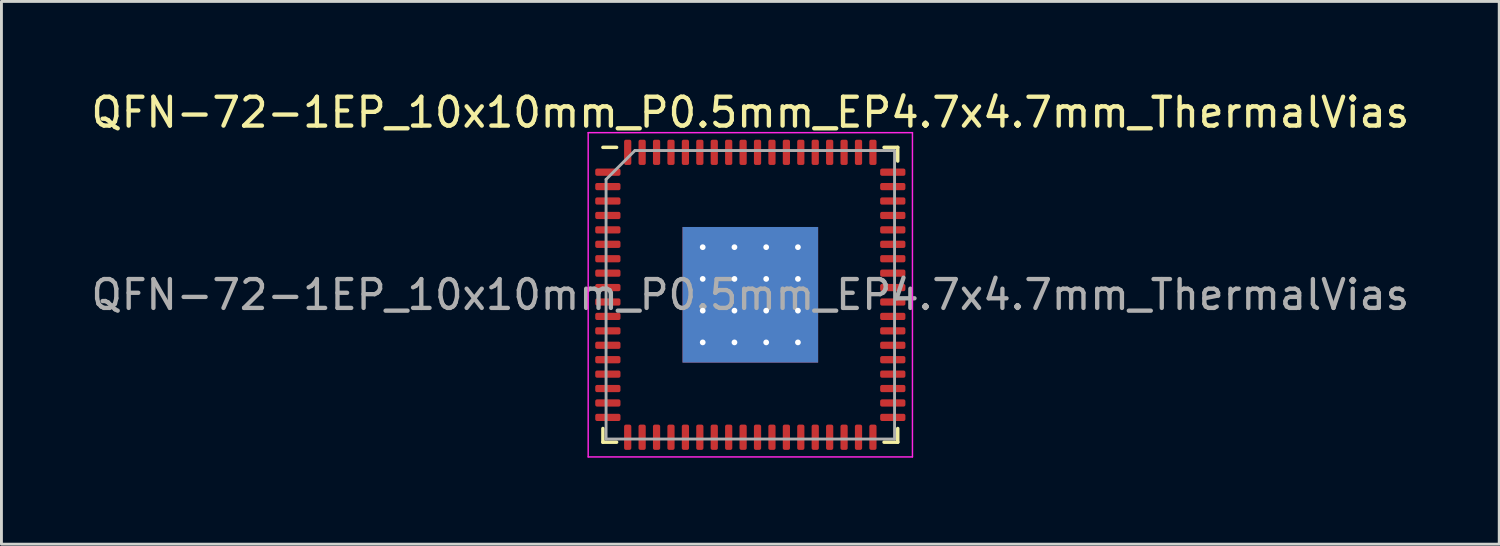
<source format=kicad_pcb>
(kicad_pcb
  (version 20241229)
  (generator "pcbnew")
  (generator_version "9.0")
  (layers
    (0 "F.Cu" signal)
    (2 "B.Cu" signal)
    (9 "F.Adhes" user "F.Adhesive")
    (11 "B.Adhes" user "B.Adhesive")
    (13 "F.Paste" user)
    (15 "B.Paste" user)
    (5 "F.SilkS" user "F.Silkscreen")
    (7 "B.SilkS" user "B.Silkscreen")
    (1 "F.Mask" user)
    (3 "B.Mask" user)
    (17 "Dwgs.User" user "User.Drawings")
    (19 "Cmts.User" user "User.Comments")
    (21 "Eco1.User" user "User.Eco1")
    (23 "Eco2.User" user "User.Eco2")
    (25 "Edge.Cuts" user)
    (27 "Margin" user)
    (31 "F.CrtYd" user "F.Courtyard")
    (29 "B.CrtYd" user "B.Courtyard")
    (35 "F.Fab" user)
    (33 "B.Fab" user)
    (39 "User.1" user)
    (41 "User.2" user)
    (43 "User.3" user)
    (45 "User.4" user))
  (footprint "QFN-72-1EP_10x10mm_P0.5mm_EP4.7x4.7mm_ThermalVias"
    (layer "F.Cu")
    (at 22.958 7.168)
    (property "Reference" "QFN-72-1EP_10x10mm_P0.5mm_EP4.7x4.7mm_ThermalVias" (at 0 -6.32 0) (layer "F.SilkS") (effects (font (size 1 1) (thickness 0.15))))
    (attr smd)
    (fp_line (start -5.11 5.11) (end -5.11 4.635) (stroke (width 0.12) (type solid)) (layer "F.SilkS"))
    (fp_line (start -4.635 -5.11) (end -5.11 -5.11) (stroke (width 0.12) (type solid)) (layer "F.SilkS"))
    (fp_line (start -4.635 5.11) (end -5.11 5.11) (stroke (width 0.12) (type solid)) (layer "F.SilkS"))
    (fp_line (start 4.635 -5.11) (end 5.11 -5.11) (stroke (width 0.12) (type solid)) (layer "F.SilkS"))
    (fp_line (start 4.635 5.11) (end 5.11 5.11) (stroke (width 0.12) (type solid)) (layer "F.SilkS"))
    (fp_line (start 5.11 -5.11) (end 5.11 -4.635) (stroke (width 0.12) (type solid)) (layer "F.SilkS"))
    (fp_line (start 5.11 5.11) (end 5.11 4.635) (stroke (width 0.12) (type solid)) (layer "F.SilkS"))
    (fp_line (start -5.62 -5.62) (end -5.62 5.62) (stroke (width 0.05) (type solid)) (layer "F.CrtYd"))
    (fp_line (start -5.62 5.62) (end 5.62 5.62) (stroke (width 0.05) (type solid)) (layer "F.CrtYd"))
    (fp_line (start 5.62 -5.62) (end -5.62 -5.62) (stroke (width 0.05) (type solid)) (layer "F.CrtYd"))
    (fp_line (start 5.62 5.62) (end 5.62 -5.62) (stroke (width 0.05) (type solid)) (layer "F.CrtYd"))
    (fp_line (start -5 -4) (end -4 -5) (stroke (width 0.1) (type solid)) (layer "F.Fab"))
    (fp_line (start -5 5) (end -5 -4) (stroke (width 0.1) (type solid)) (layer "F.Fab"))
    (fp_line (start -4 -5) (end 5 -5) (stroke (width 0.1) (type solid)) (layer "F.Fab"))
    (fp_line (start 5 -5) (end 5 5) (stroke (width 0.1) (type solid)) (layer "F.Fab"))
    (fp_line (start 5 5) (end -5 5) (stroke (width 0.1) (type solid)) (layer "F.Fab"))
    (fp_text user "${REFERENCE}" (at 0 0 0) (layer "F.Fab") (effects (font (size 1 1) (thickness 0.15))))
    (pad "" smd roundrect (at -1.1 -1.1) (size 0.93 0.93) (layers "F.Paste") (roundrect_rratio 0.25))
    (pad "" smd roundrect (at -1.1 0) (size 0.93 0.93) (layers "F.Paste") (roundrect_rratio 0.25))
    (pad "" smd roundrect (at -1.1 1.1) (size 0.93 0.93) (layers "F.Paste") (roundrect_rratio 0.25))
    (pad "" smd roundrect (at 0 -1.1) (size 0.93 0.93) (layers "F.Paste") (roundrect_rratio 0.25))
    (pad "" smd roundrect (at 0 0) (size 0.93 0.93) (layers "F.Paste") (roundrect_rratio 0.25))
    (pad "" smd roundrect (at 0 1.1) (size 0.93 0.93) (layers "F.Paste") (roundrect_rratio 0.25))
    (pad "" smd roundrect (at 1.1 -1.1) (size 0.93 0.93) (layers "F.Paste") (roundrect_rratio 0.25))
    (pad "" smd roundrect (at 1.1 0) (size 0.93 0.93) (layers "F.Paste") (roundrect_rratio 0.25))
    (pad "" smd roundrect (at 1.1 1.1) (size 0.93 0.93) (layers "F.Paste") (roundrect_rratio 0.25))
    (pad "1" smd roundrect (at -4.938 -4.25) (size 0.875 0.25) (layers "F.Cu" "F.Mask" "F.Paste") (roundrect_rratio 0.25))
    (pad "2" smd roundrect (at -4.938 -3.75) (size 0.875 0.25) (layers "F.Cu" "F.Mask" "F.Paste") (roundrect_rratio 0.25))
    (pad "3" smd roundrect (at -4.938 -3.25) (size 0.875 0.25) (layers "F.Cu" "F.Mask" "F.Paste") (roundrect_rratio 0.25))
    (pad "4" smd roundrect (at -4.938 -2.75) (size 0.875 0.25) (layers "F.Cu" "F.Mask" "F.Paste") (roundrect_rratio 0.25))
    (pad "5" smd roundrect (at -4.938 -2.25) (size 0.875 0.25) (layers "F.Cu" "F.Mask" "F.Paste") (roundrect_rratio 0.25))
    (pad "6" smd roundrect (at -4.938 -1.75) (size 0.875 0.25) (layers "F.Cu" "F.Mask" "F.Paste") (roundrect_rratio 0.25))
    (pad "7" smd roundrect (at -4.938 -1.25) (size 0.875 0.25) (layers "F.Cu" "F.Mask" "F.Paste") (roundrect_rratio 0.25))
    (pad "8" smd roundrect (at -4.938 -0.75) (size 0.875 0.25) (layers "F.Cu" "F.Mask" "F.Paste") (roundrect_rratio 0.25))
    (pad "9" smd roundrect (at -4.938 -0.25) (size 0.875 0.25) (layers "F.Cu" "F.Mask" "F.Paste") (roundrect_rratio 0.25))
    (pad "10" smd roundrect (at -4.938 0.25) (size 0.875 0.25) (layers "F.Cu" "F.Mask" "F.Paste") (roundrect_rratio 0.25))
    (pad "11" smd roundrect (at -4.938 0.75) (size 0.875 0.25) (layers "F.Cu" "F.Mask" "F.Paste") (roundrect_rratio 0.25))
    (pad "12" smd roundrect (at -4.938 1.25) (size 0.875 0.25) (layers "F.Cu" "F.Mask" "F.Paste") (roundrect_rratio 0.25))
    (pad "13" smd roundrect (at -4.938 1.75) (size 0.875 0.25) (layers "F.Cu" "F.Mask" "F.Paste") (roundrect_rratio 0.25))
    (pad "14" smd roundrect (at -4.938 2.25) (size 0.875 0.25) (layers "F.Cu" "F.Mask" "F.Paste") (roundrect_rratio 0.25))
    (pad "15" smd roundrect (at -4.938 2.75) (size 0.875 0.25) (layers "F.Cu" "F.Mask" "F.Paste") (roundrect_rratio 0.25))
    (pad "16" smd roundrect (at -4.938 3.25) (size 0.875 0.25) (layers "F.Cu" "F.Mask" "F.Paste") (roundrect_rratio 0.25))
    (pad "17" smd roundrect (at -4.938 3.75) (size 0.875 0.25) (layers "F.Cu" "F.Mask" "F.Paste") (roundrect_rratio 0.25))
    (pad "18" smd roundrect (at -4.938 4.25) (size 0.875 0.25) (layers "F.Cu" "F.Mask" "F.Paste") (roundrect_rratio 0.25))
    (pad "19" smd roundrect (at -4.25 4.938) (size 0.25 0.875) (layers "F.Cu" "F.Mask" "F.Paste") (roundrect_rratio 0.25))
    (pad "20" smd roundrect (at -3.75 4.938) (size 0.25 0.875) (layers "F.Cu" "F.Mask" "F.Paste") (roundrect_rratio 0.25))
    (pad "21" smd roundrect (at -3.25 4.938) (size 0.25 0.875) (layers "F.Cu" "F.Mask" "F.Paste") (roundrect_rratio 0.25))
    (pad "22" smd roundrect (at -2.75 4.938) (size 0.25 0.875) (layers "F.Cu" "F.Mask" "F.Paste") (roundrect_rratio 0.25))
    (pad "23" smd roundrect (at -2.25 4.938) (size 0.25 0.875) (layers "F.Cu" "F.Mask" "F.Paste") (roundrect_rratio 0.25))
    (pad "24" smd roundrect (at -1.75 4.938) (size 0.25 0.875) (layers "F.Cu" "F.Mask" "F.Paste") (roundrect_rratio 0.25))
    (pad "25" smd roundrect (at -1.25 4.938) (size 0.25 0.875) (layers "F.Cu" "F.Mask" "F.Paste") (roundrect_rratio 0.25))
    (pad "26" smd roundrect (at -0.75 4.938) (size 0.25 0.875) (layers "F.Cu" "F.Mask" "F.Paste") (roundrect_rratio 0.25))
    (pad "27" smd roundrect (at -0.25 4.938) (size 0.25 0.875) (layers "F.Cu" "F.Mask" "F.Paste") (roundrect_rratio 0.25))
    (pad "28" smd roundrect (at 0.25 4.938) (size 0.25 0.875) (layers "F.Cu" "F.Mask" "F.Paste") (roundrect_rratio 0.25))
    (pad "29" smd roundrect (at 0.75 4.938) (size 0.25 0.875) (layers "F.Cu" "F.Mask" "F.Paste") (roundrect_rratio 0.25))
    (pad "30" smd roundrect (at 1.25 4.938) (size 0.25 0.875) (layers "F.Cu" "F.Mask" "F.Paste") (roundrect_rratio 0.25))
    (pad "31" smd roundrect (at 1.75 4.938) (size 0.25 0.875) (layers "F.Cu" "F.Mask" "F.Paste") (roundrect_rratio 0.25))
    (pad "32" smd roundrect (at 2.25 4.938) (size 0.25 0.875) (layers "F.Cu" "F.Mask" "F.Paste") (roundrect_rratio 0.25))
    (pad "33" smd roundrect (at 2.75 4.938) (size 0.25 0.875) (layers "F.Cu" "F.Mask" "F.Paste") (roundrect_rratio 0.25))
    (pad "34" smd roundrect (at 3.25 4.938) (size 0.25 0.875) (layers "F.Cu" "F.Mask" "F.Paste") (roundrect_rratio 0.25))
    (pad "35" smd roundrect (at 3.75 4.938) (size 0.25 0.875) (layers "F.Cu" "F.Mask" "F.Paste") (roundrect_rratio 0.25))
    (pad "36" smd roundrect (at 4.25 4.938) (size 0.25 0.875) (layers "F.Cu" "F.Mask" "F.Paste") (roundrect_rratio 0.25))
    (pad "37" smd roundrect (at 4.938 4.25) (size 0.875 0.25) (layers "F.Cu" "F.Mask" "F.Paste") (roundrect_rratio 0.25))
    (pad "38" smd roundrect (at 4.938 3.75) (size 0.875 0.25) (layers "F.Cu" "F.Mask" "F.Paste") (roundrect_rratio 0.25))
    (pad "39" smd roundrect (at 4.938 3.25) (size 0.875 0.25) (layers "F.Cu" "F.Mask" "F.Paste") (roundrect_rratio 0.25))
    (pad "40" smd roundrect (at 4.938 2.75) (size 0.875 0.25) (layers "F.Cu" "F.Mask" "F.Paste") (roundrect_rratio 0.25))
    (pad "41" smd roundrect (at 4.938 2.25) (size 0.875 0.25) (layers "F.Cu" "F.Mask" "F.Paste") (roundrect_rratio 0.25))
    (pad "42" smd roundrect (at 4.938 1.75) (size 0.875 0.25) (layers "F.Cu" "F.Mask" "F.Paste") (roundrect_rratio 0.25))
    (pad "43" smd roundrect (at 4.938 1.25) (size 0.875 0.25) (layers "F.Cu" "F.Mask" "F.Paste") (roundrect_rratio 0.25))
    (pad "44" smd roundrect (at 4.938 0.75) (size 0.875 0.25) (layers "F.Cu" "F.Mask" "F.Paste") (roundrect_rratio 0.25))
    (pad "45" smd roundrect (at 4.938 0.25) (size 0.875 0.25) (layers "F.Cu" "F.Mask" "F.Paste") (roundrect_rratio 0.25))
    (pad "46" smd roundrect (at 4.938 -0.25) (size 0.875 0.25) (layers "F.Cu" "F.Mask" "F.Paste") (roundrect_rratio 0.25))
    (pad "47" smd roundrect (at 4.938 -0.75) (size 0.875 0.25) (layers "F.Cu" "F.Mask" "F.Paste") (roundrect_rratio 0.25))
    (pad "48" smd roundrect (at 4.938 -1.25) (size 0.875 0.25) (layers "F.Cu" "F.Mask" "F.Paste") (roundrect_rratio 0.25))
    (pad "49" smd roundrect (at 4.938 -1.75) (size 0.875 0.25) (layers "F.Cu" "F.Mask" "F.Paste") (roundrect_rratio 0.25))
    (pad "50" smd roundrect (at 4.938 -2.25) (size 0.875 0.25) (layers "F.Cu" "F.Mask" "F.Paste") (roundrect_rratio 0.25))
    (pad "51" smd roundrect (at 4.938 -2.75) (size 0.875 0.25) (layers "F.Cu" "F.Mask" "F.Paste") (roundrect_rratio 0.25))
    (pad "52" smd roundrect (at 4.938 -3.25) (size 0.875 0.25) (layers "F.Cu" "F.Mask" "F.Paste") (roundrect_rratio 0.25))
    (pad "53" smd roundrect (at 4.938 -3.75) (size 0.875 0.25) (layers "F.Cu" "F.Mask" "F.Paste") (roundrect_rratio 0.25))
    (pad "54" smd roundrect (at 4.938 -4.25) (size 0.875 0.25) (layers "F.Cu" "F.Mask" "F.Paste") (roundrect_rratio 0.25))
    (pad "55" smd roundrect (at 4.25 -4.938) (size 0.25 0.875) (layers "F.Cu" "F.Mask" "F.Paste") (roundrect_rratio 0.25))
    (pad "56" smd roundrect (at 3.75 -4.938) (size 0.25 0.875) (layers "F.Cu" "F.Mask" "F.Paste") (roundrect_rratio 0.25))
    (pad "57" smd roundrect (at 3.25 -4.938) (size 0.25 0.875) (layers "F.Cu" "F.Mask" "F.Paste") (roundrect_rratio 0.25))
    (pad "58" smd roundrect (at 2.75 -4.938) (size 0.25 0.875) (layers "F.Cu" "F.Mask" "F.Paste") (roundrect_rratio 0.25))
    (pad "59" smd roundrect (at 2.25 -4.938) (size 0.25 0.875) (layers "F.Cu" "F.Mask" "F.Paste") (roundrect_rratio 0.25))
    (pad "60" smd roundrect (at 1.75 -4.938) (size 0.25 0.875) (layers "F.Cu" "F.Mask" "F.Paste") (roundrect_rratio 0.25))
    (pad "61" smd roundrect (at 1.25 -4.938) (size 0.25 0.875) (layers "F.Cu" "F.Mask" "F.Paste") (roundrect_rratio 0.25))
    (pad "62" smd roundrect (at 0.75 -4.938) (size 0.25 0.875) (layers "F.Cu" "F.Mask" "F.Paste") (roundrect_rratio 0.25))
    (pad "63" smd roundrect (at 0.25 -4.938) (size 0.25 0.875) (layers "F.Cu" "F.Mask" "F.Paste") (roundrect_rratio 0.25))
    (pad "64" smd roundrect (at -0.25 -4.938) (size 0.25 0.875) (layers "F.Cu" "F.Mask" "F.Paste") (roundrect_rratio 0.25))
    (pad "65" smd roundrect (at -0.75 -4.938) (size 0.25 0.875) (layers "F.Cu" "F.Mask" "F.Paste") (roundrect_rratio 0.25))
    (pad "66" smd roundrect (at -1.25 -4.938) (size 0.25 0.875) (layers "F.Cu" "F.Mask" "F.Paste") (roundrect_rratio 0.25))
    (pad "67" smd roundrect (at -1.75 -4.938) (size 0.25 0.875) (layers "F.Cu" "F.Mask" "F.Paste") (roundrect_rratio 0.25))
    (pad "68" smd roundrect (at -2.25 -4.938) (size 0.25 0.875) (layers "F.Cu" "F.Mask" "F.Paste") (roundrect_rratio 0.25))
    (pad "69" smd roundrect (at -2.75 -4.938) (size 0.25 0.875) (layers "F.Cu" "F.Mask" "F.Paste") (roundrect_rratio 0.25))
    (pad "70" smd roundrect (at -3.25 -4.938) (size 0.25 0.875) (layers "F.Cu" "F.Mask" "F.Paste") (roundrect_rratio 0.25))
    (pad "71" smd roundrect (at -3.75 -4.938) (size 0.25 0.875) (layers "F.Cu" "F.Mask" "F.Paste") (roundrect_rratio 0.25))
    (pad "72" smd roundrect (at -4.25 -4.938) (size 0.25 0.875) (layers "F.Cu" "F.Mask" "F.Paste") (roundrect_rratio 0.25))
    (pad "73" thru_hole circle (at -1.65 -1.65) (size 0.5 0.5) (drill 0.2) (layers "*.Cu"))
    (pad "73" thru_hole circle (at -1.65 -0.55) (size 0.5 0.5) (drill 0.2) (layers "*.Cu"))
    (pad "73" thru_hole circle (at -1.65 0.55) (size 0.5 0.5) (drill 0.2) (layers "*.Cu"))
    (pad "73" thru_hole circle (at -1.65 1.65) (size 0.5 0.5) (drill 0.2) (layers "*.Cu"))
    (pad "73" thru_hole circle (at -0.55 -1.65) (size 0.5 0.5) (drill 0.2) (layers "*.Cu"))
    (pad "73" thru_hole circle (at -0.55 -0.55) (size 0.5 0.5) (drill 0.2) (layers "*.Cu"))
    (pad "73" thru_hole circle (at -0.55 0.55) (size 0.5 0.5) (drill 0.2) (layers "*.Cu"))
    (pad "73" thru_hole circle (at -0.55 1.65) (size 0.5 0.5) (drill 0.2) (layers "*.Cu"))
    (pad "73" smd rect (at 0 0) (size 4.7 4.7) (layers "F.Cu" "F.Mask"))
    (pad "73" smd rect (at 0 0) (size 4.7 4.7) (layers "B.Cu"))
    (pad "73" thru_hole circle (at 0.55 -1.65) (size 0.5 0.5) (drill 0.2) (layers "*.Cu"))
    (pad "73" thru_hole circle (at 0.55 -0.55) (size 0.5 0.5) (drill 0.2) (layers "*.Cu"))
    (pad "73" thru_hole circle (at 0.55 0.55) (size 0.5 0.5) (drill 0.2) (layers "*.Cu"))
    (pad "73" thru_hole circle (at 0.55 1.65) (size 0.5 0.5) (drill 0.2) (layers "*.Cu"))
    (pad "73" thru_hole circle (at 1.65 -1.65) (size 0.5 0.5) (drill 0.2) (layers "*.Cu"))
    (pad "73" thru_hole circle (at 1.65 -0.55) (size 0.5 0.5) (drill 0.2) (layers "*.Cu"))
    (pad "73" thru_hole circle (at 1.65 0.55) (size 0.5 0.5) (drill 0.2) (layers "*.Cu"))
    (pad "73" thru_hole circle (at 1.65 1.65) (size 0.5 0.5) (drill 0.2) (layers "*.Cu")))
  (gr_rect
    (start -3 -3)
    (end 48.917 15.813)
    (stroke (width 0.1) (type default))
    (fill no)
    (layer "Edge.Cuts")))
</source>
